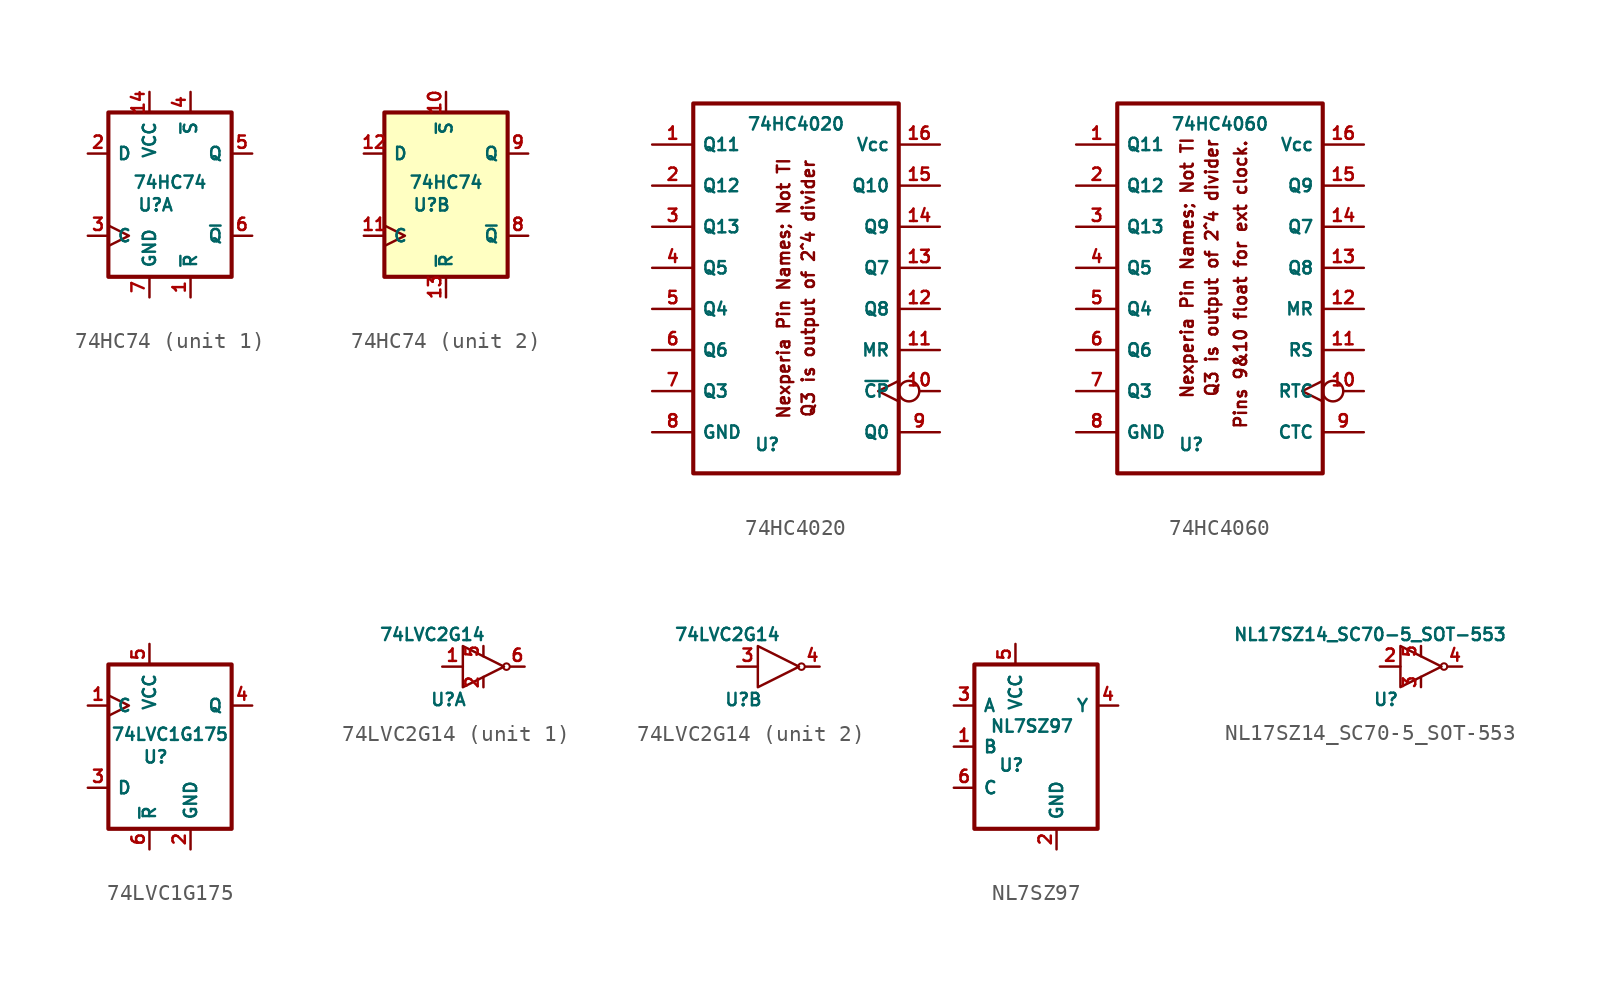
<source format=kicad_sym>
(kicad_symbol_lib
  (version 20210619)
  (generator kicad_symbol_editor)
  (symbol "Bobs_Illogic:74HC74"
    (property "Reference" "U"
      (at -0.889 -0.635 0)
      (effects (font (size 0.762 0.762))))
    (property "Value" "74HC74"
      (at 0 0.762 0)
      (effects (font (size 0.762 0.762))))
    (property "ki_locked" ""
      (at 0 0 0)
      (effects (font (size 1.27 1.27))))
    (symbol "74HC74_1_0"
      (pin input line (at 1.27 -6.35 90) (length 1.27) (name "~{R}" (effects (font (size 0.762 0.762)))) (number "1" (effects (font (size 0.762 0.762)))))
      (pin input line (at -5.08 2.54 0) (length 1.27) (name "D" (effects (font (size 0.762 0.762)))) (number "2" (effects (font (size 0.762 0.762)))))
      (pin input clock (at -5.08 -2.54 0) (length 1.27) (name "C" (effects (font (size 0.762 0.762)))) (number "3" (effects (font (size 0.762 0.762)))))
      (pin input line (at 1.27 6.35 270) (length 1.27) (name "~{S}" (effects (font (size 0.762 0.762)))) (number "4" (effects (font (size 0.762 0.762)))))
      (pin output line (at 5.08 2.54 180) (length 1.27) (name "Q" (effects (font (size 0.762 0.762)))) (number "5" (effects (font (size 0.762 0.762)))))
      (pin output line (at 5.08 -2.54 180) (length 1.27) (name "~{Q}" (effects (font (size 0.762 0.762)))) (number "6" (effects (font (size 0.762 0.762))))))
    (symbol "74HC74_1_1"
      (rectangle (start -3.81 5.08) (end 3.81 -5.08) (stroke (width 0.254)) (fill (type none)))
      (pin power_in line (at -1.27 6.35 270) (length 1.27) (name "VCC" (effects (font (size 0.762 0.762)))) (number "14" (effects (font (size 0.762 0.762)))))
      (pin power_in line (at -1.27 -6.35 90) (length 1.27) (name "GND" (effects (font (size 0.762 0.762)))) (number "7" (effects (font (size 0.762 0.762))))))
    (symbol "74HC74_2_0"
      (pin input line (at 0 6.35 270) (length 1.27) (name "~{S}" (effects (font (size 0.762 0.762)))) (number "10" (effects (font (size 0.762 0.762)))))
      (pin input clock (at -5.08 -2.54 0) (length 1.27) (name "C" (effects (font (size 0.762 0.762)))) (number "11" (effects (font (size 0.762 0.762)))))
      (pin input line (at -5.08 2.54 0) (length 1.27) (name "D" (effects (font (size 0.762 0.762)))) (number "12" (effects (font (size 0.762 0.762)))))
      (pin input line (at 0 -6.35 90) (length 1.27) (name "~{R}" (effects (font (size 0.762 0.762)))) (number "13" (effects (font (size 0.762 0.762)))))
      (pin output line (at 5.08 -2.54 180) (length 1.27) (name "~{Q}" (effects (font (size 0.762 0.762)))) (number "8" (effects (font (size 0.762 0.762)))))
      (pin output line (at 5.08 2.54 180) (length 1.27) (name "Q" (effects (font (size 0.762 0.762)))) (number "9" (effects (font (size 0.762 0.762))))))
    (symbol "74HC74_2_1"
      (rectangle (start -3.81 5.08) (end 3.81 -5.08) (stroke (width 0.254)) (fill (type background)))))
  (symbol "Bobs_Illogic:74HC4020"
    (property "Reference" "U"
      (at -1.778 -9.652 0)
      (effects (font (size 0.762 0.762))))
    (property "Value" "74HC4020"
      (at 0 10.16 0)
      (effects (font (size 0.762 0.762))))
    (symbol "74HC4020_0_0"
      (text "Nexperia Pin Names; Not TI" (at -0.762 0 900) (effects (font (size 0.762 0.762))))
      (text "Q3 is output of 2^4 divider" (at 0.762 0 900) (effects (font (size 0.762 0.762)))))
    (symbol "74HC4020_1_0"
      (pin output line (at -8.89 8.89 0) (length 2.54) (name "Q11" (effects (font (size 0.762 0.762)))) (number "1" (effects (font (size 0.762 0.762)))))
      (pin input inverted_clock (at 8.89 -6.35 180) (length 2.54) (name "~{CP}" (effects (font (size 0.762 0.762)))) (number "10" (effects (font (size 0.762 0.762)))))
      (pin input line (at 8.89 -3.81 180) (length 2.54) (name "MR" (effects (font (size 0.762 0.762)))) (number "11" (effects (font (size 0.762 0.762)))))
      (pin output line (at 8.89 -1.27 180) (length 2.54) (name "Q8" (effects (font (size 0.762 0.762)))) (number "12" (effects (font (size 0.762 0.762)))))
      (pin output line (at 8.89 1.27 180) (length 2.54) (name "Q7" (effects (font (size 0.762 0.762)))) (number "13" (effects (font (size 0.762 0.762)))))
      (pin output line (at 8.89 3.81 180) (length 2.54) (name "Q9" (effects (font (size 0.762 0.762)))) (number "14" (effects (font (size 0.762 0.762)))))
      (pin output line (at 8.89 6.35 180) (length 2.54) (name "Q10" (effects (font (size 0.762 0.762)))) (number "15" (effects (font (size 0.762 0.762)))))
      (pin power_in line (at 8.89 8.89 180) (length 2.54) (name "Vcc" (effects (font (size 0.762 0.762)))) (number "16" (effects (font (size 0.762 0.762)))))
      (pin output line (at -8.89 6.35 0) (length 2.54) (name "Q12" (effects (font (size 0.762 0.762)))) (number "2" (effects (font (size 0.762 0.762)))))
      (pin output line (at -8.89 3.81 0) (length 2.54) (name "Q13" (effects (font (size 0.762 0.762)))) (number "3" (effects (font (size 0.762 0.762)))))
      (pin output line (at -8.89 1.27 0) (length 2.54) (name "Q5" (effects (font (size 0.762 0.762)))) (number "4" (effects (font (size 0.762 0.762)))))
      (pin output line (at -8.89 -1.27 0) (length 2.54) (name "Q4" (effects (font (size 0.762 0.762)))) (number "5" (effects (font (size 0.762 0.762)))))
      (pin output line (at -8.89 -3.81 0) (length 2.54) (name "Q6" (effects (font (size 0.762 0.762)))) (number "6" (effects (font (size 0.762 0.762)))))
      (pin output line (at -8.89 -6.35 0) (length 2.54) (name "Q3" (effects (font (size 0.762 0.762)))) (number "7" (effects (font (size 0.762 0.762)))))
      (pin power_in line (at -8.89 -8.89 0) (length 2.54) (name "GND" (effects (font (size 0.762 0.762)))) (number "8" (effects (font (size 0.762 0.762)))))
      (pin output line (at 8.89 -8.89 180) (length 2.54) (name "Q0" (effects (font (size 0.762 0.762)))) (number "9" (effects (font (size 0.762 0.762))))))
    (symbol "74HC4020_1_1"
      (rectangle (start -6.35 11.43) (end 6.35 -11.43) (stroke (width 0.254)) (fill (type none)))))
  (symbol "Bobs_Illogic:74HC4060"
    (property "Reference" "U"
      (at -1.778 -9.652 0)
      (effects (font (size 0.762 0.762))))
    (property "Value" "74HC4060"
      (at 0 10.16 0)
      (effects (font (size 0.762 0.762))))
    (symbol "74HC4060_0_0"
      (text "Nexperia Pin Names; Not TI" (at -2.032 1.27 900) (effects (font (size 0.762 0.762))))
      (text "Pins 9&10 float for ext clock." (at 1.27 0.254 900) (effects (font (size 0.762 0.762))))
      (text "Q3 is output of 2^4 divider" (at -0.508 1.27 900) (effects (font (size 0.762 0.762)))))
    (symbol "74HC4060_1_0"
      (pin output line (at -8.89 8.89 0) (length 2.54) (name "Q11" (effects (font (size 0.762 0.762)))) (number "1" (effects (font (size 0.762 0.762)))))
      (pin output inverted_clock (at 8.89 -6.35 180) (length 2.54) (name "RTC" (effects (font (size 0.762 0.762)))) (number "10" (effects (font (size 0.762 0.762)))))
      (pin input line (at 8.89 -3.81 180) (length 2.54) (name "RS" (effects (font (size 0.762 0.762)))) (number "11" (effects (font (size 0.762 0.762)))))
      (pin output line (at 8.89 -1.27 180) (length 2.54) (name "MR" (effects (font (size 0.762 0.762)))) (number "12" (effects (font (size 0.762 0.762)))))
      (pin output line (at 8.89 1.27 180) (length 2.54) (name "Q8" (effects (font (size 0.762 0.762)))) (number "13" (effects (font (size 0.762 0.762)))))
      (pin output line (at 8.89 3.81 180) (length 2.54) (name "Q7" (effects (font (size 0.762 0.762)))) (number "14" (effects (font (size 0.762 0.762)))))
      (pin output line (at 8.89 6.35 180) (length 2.54) (name "Q9" (effects (font (size 0.762 0.762)))) (number "15" (effects (font (size 0.762 0.762)))))
      (pin power_in line (at 8.89 8.89 180) (length 2.54) (name "Vcc" (effects (font (size 0.762 0.762)))) (number "16" (effects (font (size 0.762 0.762)))))
      (pin output line (at -8.89 6.35 0) (length 2.54) (name "Q12" (effects (font (size 0.762 0.762)))) (number "2" (effects (font (size 0.762 0.762)))))
      (pin output line (at -8.89 3.81 0) (length 2.54) (name "Q13" (effects (font (size 0.762 0.762)))) (number "3" (effects (font (size 0.762 0.762)))))
      (pin output line (at -8.89 1.27 0) (length 2.54) (name "Q5" (effects (font (size 0.762 0.762)))) (number "4" (effects (font (size 0.762 0.762)))))
      (pin output line (at -8.89 -1.27 0) (length 2.54) (name "Q4" (effects (font (size 0.762 0.762)))) (number "5" (effects (font (size 0.762 0.762)))))
      (pin output line (at -8.89 -3.81 0) (length 2.54) (name "Q6" (effects (font (size 0.762 0.762)))) (number "6" (effects (font (size 0.762 0.762)))))
      (pin output line (at -8.89 -6.35 0) (length 2.54) (name "Q3" (effects (font (size 0.762 0.762)))) (number "7" (effects (font (size 0.762 0.762)))))
      (pin power_in line (at -8.89 -8.89 0) (length 2.54) (name "GND" (effects (font (size 0.762 0.762)))) (number "8" (effects (font (size 0.762 0.762)))))
      (pin bidirectional line (at 8.89 -8.89 180) (length 2.54) (name "CTC" (effects (font (size 0.762 0.762)))) (number "9" (effects (font (size 0.762 0.762))))))
    (symbol "74HC4060_1_1"
      (rectangle (start -6.35 11.43) (end 6.35 -11.43) (stroke (width 0.254)) (fill (type none)))))
  (symbol "Bobs_Illogic:74LVC1G175"
    (property "Reference" "U"
      (at -0.889 -0.635 0)
      (effects (font (size 0.762 0.762))))
    (property "Value" "74LVC1G175"
      (at 0 0.762 0)
      (effects (font (size 0.762 0.762))))
    (symbol "74LVC1G175_1_0"
      (pin input clock (at -5.08 2.54 0) (length 1.27) (name "C" (effects (font (size 0.762 0.762)))) (number "1" (effects (font (size 0.762 0.762)))))
      (pin input line (at -5.08 -2.54 0) (length 1.27) (name "D" (effects (font (size 0.762 0.762)))) (number "3" (effects (font (size 0.762 0.762)))))
      (pin output line (at 5.08 2.54 180) (length 1.27) (name "Q" (effects (font (size 0.762 0.762)))) (number "4" (effects (font (size 0.762 0.762)))))
      (pin input line (at -1.27 -6.35 90) (length 1.27) (name "~{R}" (effects (font (size 0.762 0.762)))) (number "6" (effects (font (size 0.762 0.762))))))
    (symbol "74LVC1G175_1_1"
      (rectangle (start -3.81 5.08) (end 3.81 -5.08) (stroke (width 0.254)) (fill (type none)))
      (pin power_in line (at 1.27 -6.35 90) (length 1.27) (name "GND" (effects (font (size 0.762 0.762)))) (number "2" (effects (font (size 0.762 0.762)))))
      (pin power_in line (at -1.27 6.35 270) (length 1.27) (name "VCC" (effects (font (size 0.762 0.762)))) (number "5" (effects (font (size 0.762 0.762)))))))
  (symbol "Bobs_Illogic:74LVC2G14"
    (pin_names
      (offset 0) hide)
    (property "Reference" "U"
      (at -2.159 -2.032 0)
      (effects (font (size 0.762 0.762))))
    (property "Value" "74LVC2G14"
      (at -3.15 1.981 0)
      (effects (font (size 0.762 0.762))))
    (property "ki_locked" ""
      (at 0 0 0)
      (effects (font (size 1.27 1.27))))
    (symbol "74LVC2G14_0_1"
      (circle (center 1.422 0) (radius 0.203) (stroke (width 0.127)) (fill (type none)))
      (polyline (pts (xy -1.27 1.27) (xy -1.27 -1.27) (xy 1.27 0) (xy -1.27 1.27)) (stroke (width 0)) (fill (type none))))
    (symbol "74LVC2G14_1_1"
      (pin input line (at -2.54 0 0) (length 1.27) (name "Input" (effects (font (size 0.762 0.762)))) (number "1" (effects (font (size 0.762 0.762)))))
      (pin power_in line (at 0 -1.27 90) (length 0.635) (name "Gnd" (effects (font (size 0.762 0.762)))) (number "2" (effects (font (size 0.762 0.762)))))
      (pin power_in line (at 0 1.27 270) (length 0.635) (name "Vcc" (effects (font (size 0.762 0.762)))) (number "5" (effects (font (size 0.762 0.762)))))
      (pin output line (at 2.54 0 180) (length 0.889) (name "Output" (effects (font (size 0.762 0.762)))) (number "6" (effects (font (size 0.762 0.762))))))
    (symbol "74LVC2G14_2_1"
      (pin input line (at -2.54 0 0) (length 1.27) (name "Input" (effects (font (size 0.762 0.762)))) (number "3" (effects (font (size 0.762 0.762)))))
      (pin output line (at 2.54 0 180) (length 0.889) (name "Output" (effects (font (size 0.762 0.762)))) (number "4" (effects (font (size 0.762 0.762)))))))
  (symbol "Bobs_Illogic:NL7SZ97"
    (property "Reference" "U"
      (at -1.524 -1.143 0)
      (effects (font (size 0.762 0.762))))
    (property "Value" "NL7SZ97"
      (at -0.254 1.27 0)
      (effects (font (size 0.762 0.762))))
    (symbol "NL7SZ97_1_0"
      (pin input line (at -5.08 0 0) (length 1.27) (name "B" (effects (font (size 0.762 0.762)))) (number "1" (effects (font (size 0.762 0.762)))))
      (pin input line (at -5.08 2.54 0) (length 1.27) (name "A" (effects (font (size 0.762 0.762)))) (number "3" (effects (font (size 0.762 0.762)))))
      (pin output line (at 5.08 2.54 180) (length 1.27) (name "Y" (effects (font (size 0.762 0.762)))) (number "4" (effects (font (size 0.762 0.762)))))
      (pin input line (at -5.08 -2.54 0) (length 1.27) (name "C" (effects (font (size 0.762 0.762)))) (number "6" (effects (font (size 0.762 0.762))))))
    (symbol "NL7SZ97_1_1"
      (rectangle (start -3.81 5.08) (end 3.81 -5.08) (stroke (width 0.254)) (fill (type none)))
      (pin power_in line (at 1.27 -6.35 90) (length 1.27) (name "GND" (effects (font (size 0.762 0.762)))) (number "2" (effects (font (size 0.762 0.762)))))
      (pin power_in line (at -1.27 6.35 270) (length 1.27) (name "VCC" (effects (font (size 0.762 0.762)))) (number "5" (effects (font (size 0.762 0.762)))))))
  (symbol "Bobs_Illogic:NL17SZ14_SC70-5_SOT-553"
    (pin_names
      (offset 0) hide)
    (property "Reference" "U"
      (at -2.159 -2.032 0)
      (effects (font (size 0.762 0.762))))
    (property "Value" "NL17SZ14_SC70-5_SOT-553"
      (at -3.15 1.981 0)
      (effects (font (size 0.762 0.762))))
    (symbol "NL17SZ14_SC70-5_SOT-553_0_1"
      (circle (center 1.422 0) (radius 0.203) (stroke (width 0.127)) (fill (type none)))
      (polyline (pts (xy -1.27 1.27) (xy -1.27 -1.27) (xy 1.27 0) (xy -1.27 1.27)) (stroke (width 0)) (fill (type none))))
    (symbol "NL17SZ14_SC70-5_SOT-553_1_1"
      (pin input line (at -2.54 0 0) (length 1.27) (name "Input" (effects (font (size 0.762 0.762)))) (number "2" (effects (font (size 0.762 0.762)))))
      (pin power_in line (at 0 -1.27 90) (length 0.635) (name "Gnd" (effects (font (size 0.762 0.762)))) (number "3" (effects (font (size 0.762 0.762)))))
      (pin output line (at 2.54 0 180) (length 0.889) (name "Output" (effects (font (size 0.762 0.762)))) (number "4" (effects (font (size 0.762 0.762)))))
      (pin power_in line (at 0 1.27 270) (length 0.635) (name "Vcc" (effects (font (size 0.762 0.762)))) (number "5" (effects (font (size 0.762 0.762))))))))
</source>
